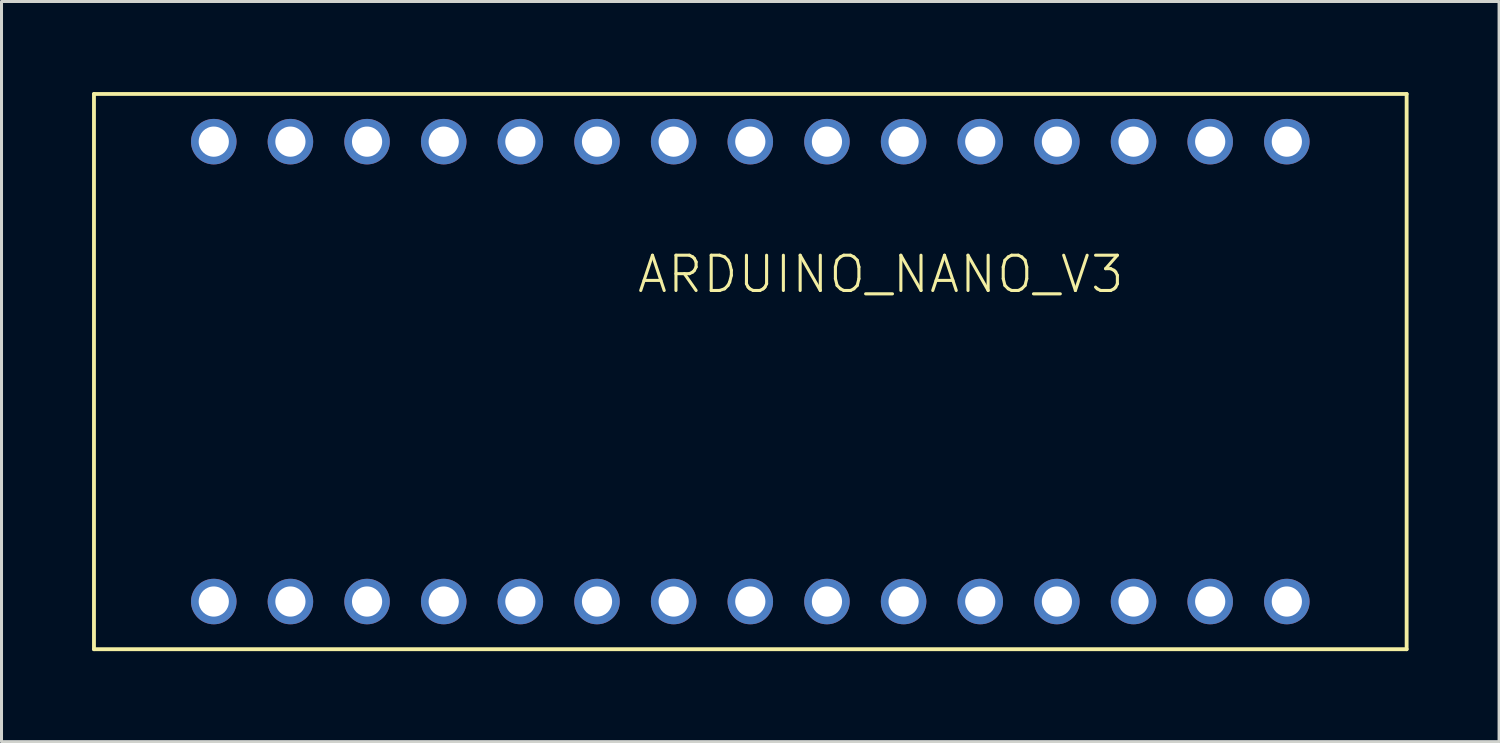
<source format=kicad_pcb>
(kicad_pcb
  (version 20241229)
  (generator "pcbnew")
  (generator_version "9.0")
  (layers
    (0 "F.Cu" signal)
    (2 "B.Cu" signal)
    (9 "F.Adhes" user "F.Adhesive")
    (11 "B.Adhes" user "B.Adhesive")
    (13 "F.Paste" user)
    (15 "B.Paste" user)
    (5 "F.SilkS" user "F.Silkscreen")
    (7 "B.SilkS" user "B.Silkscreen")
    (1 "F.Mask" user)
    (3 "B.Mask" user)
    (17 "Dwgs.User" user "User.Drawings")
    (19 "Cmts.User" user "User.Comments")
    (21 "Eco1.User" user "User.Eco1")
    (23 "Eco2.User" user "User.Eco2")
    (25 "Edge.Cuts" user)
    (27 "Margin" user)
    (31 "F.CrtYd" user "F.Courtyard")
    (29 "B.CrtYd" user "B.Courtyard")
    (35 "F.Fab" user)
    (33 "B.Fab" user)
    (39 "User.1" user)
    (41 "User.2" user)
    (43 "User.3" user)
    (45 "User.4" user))
  (footprint "ARDUINO_NANO_V3"
    (layer "F.Cu")
    (at 21.814 9.264)
    (property "Reference" "ARDUINO_NANO_V3" (at -3.81 -2.54 0) (layer "F.SilkS") (effects (font (size 1.168 1.168) (thickness 0.102)) (justify left bottom)))
    (fp_line (start -21.75 -9.2) (end 21.75 -9.2) (stroke (width 0.127) (type solid)) (layer "F.SilkS"))
    (fp_line (start -21.75 9.2) (end -21.75 -9.2) (stroke (width 0.127) (type solid)) (layer "F.SilkS"))
    (fp_line (start 21.75 -9.2) (end 21.75 9.2) (stroke (width 0.127) (type solid)) (layer "F.SilkS"))
    (fp_line (start 21.75 9.2) (end -21.75 9.2) (stroke (width 0.127) (type solid)) (layer "F.SilkS"))
    (pad "1" thru_hole circle (at -17.78 7.62) (size 1.508 1.508) (drill 1) (layers "*.Cu" "*.Mask"))
    (pad "2" thru_hole circle (at -15.24 7.62) (size 1.508 1.508) (drill 1) (layers "*.Cu" "*.Mask"))
    (pad "3" thru_hole circle (at -12.7 7.62) (size 1.508 1.508) (drill 1) (layers "*.Cu" "*.Mask"))
    (pad "4" thru_hole circle (at -10.16 7.62) (size 1.508 1.508) (drill 1) (layers "*.Cu" "*.Mask"))
    (pad "5" thru_hole circle (at -7.62 7.62) (size 1.508 1.508) (drill 1) (layers "*.Cu" "*.Mask"))
    (pad "6" thru_hole circle (at -5.08 7.62) (size 1.508 1.508) (drill 1) (layers "*.Cu" "*.Mask"))
    (pad "7" thru_hole circle (at -2.54 7.62) (size 1.508 1.508) (drill 1) (layers "*.Cu" "*.Mask"))
    (pad "8" thru_hole circle (at 0 7.62) (size 1.508 1.508) (drill 1) (layers "*.Cu" "*.Mask"))
    (pad "9" thru_hole circle (at 2.54 7.62) (size 1.508 1.508) (drill 1) (layers "*.Cu" "*.Mask"))
    (pad "10" thru_hole circle (at 5.08 7.62) (size 1.508 1.508) (drill 1) (layers "*.Cu" "*.Mask"))
    (pad "11" thru_hole circle (at 7.62 7.62) (size 1.508 1.508) (drill 1) (layers "*.Cu" "*.Mask"))
    (pad "12" thru_hole circle (at 10.16 7.62) (size 1.508 1.508) (drill 1) (layers "*.Cu" "*.Mask"))
    (pad "13" thru_hole circle (at 12.7 7.62) (size 1.508 1.508) (drill 1) (layers "*.Cu" "*.Mask"))
    (pad "14" thru_hole circle (at 15.24 7.62) (size 1.508 1.508) (drill 1) (layers "*.Cu" "*.Mask"))
    (pad "15" thru_hole circle (at 17.78 7.62) (size 1.508 1.508) (drill 1) (layers "*.Cu" "*.Mask"))
    (pad "16" thru_hole circle (at 17.78 -7.62) (size 1.508 1.508) (drill 1) (layers "*.Cu" "*.Mask"))
    (pad "17" thru_hole circle (at 15.24 -7.62) (size 1.508 1.508) (drill 1) (layers "*.Cu" "*.Mask"))
    (pad "18" thru_hole circle (at 12.7 -7.62) (size 1.508 1.508) (drill 1) (layers "*.Cu" "*.Mask"))
    (pad "19" thru_hole circle (at 10.16 -7.62) (size 1.508 1.508) (drill 1) (layers "*.Cu" "*.Mask"))
    (pad "20" thru_hole circle (at 7.62 -7.62) (size 1.508 1.508) (drill 1) (layers "*.Cu" "*.Mask"))
    (pad "21" thru_hole circle (at 5.08 -7.62) (size 1.508 1.508) (drill 1) (layers "*.Cu" "*.Mask"))
    (pad "22" thru_hole circle (at 2.54 -7.62) (size 1.508 1.508) (drill 1) (layers "*.Cu" "*.Mask"))
    (pad "23" thru_hole circle (at 0 -7.62) (size 1.508 1.508) (drill 1) (layers "*.Cu" "*.Mask"))
    (pad "24" thru_hole circle (at -2.54 -7.62) (size 1.508 1.508) (drill 1) (layers "*.Cu" "*.Mask"))
    (pad "25" thru_hole circle (at -5.08 -7.62) (size 1.508 1.508) (drill 1) (layers "*.Cu" "*.Mask"))
    (pad "26" thru_hole circle (at -7.62 -7.62) (size 1.508 1.508) (drill 1) (layers "*.Cu" "*.Mask"))
    (pad "27" thru_hole circle (at -10.16 -7.62) (size 1.508 1.508) (drill 1) (layers "*.Cu" "*.Mask"))
    (pad "28" thru_hole circle (at -12.7 -7.62) (size 1.508 1.508) (drill 1) (layers "*.Cu" "*.Mask"))
    (pad "29" thru_hole circle (at -15.24 -7.62) (size 1.508 1.508) (drill 1) (layers "*.Cu" "*.Mask"))
    (pad "30" thru_hole circle (at -17.78 -7.62) (size 1.508 1.508) (drill 1) (layers "*.Cu" "*.Mask")))
  (gr_rect
    (start -3 -3)
    (end 46.627 21.527)
    (stroke (width 0.1) (type default))
    (fill no)
    (layer "Edge.Cuts")))
</source>
